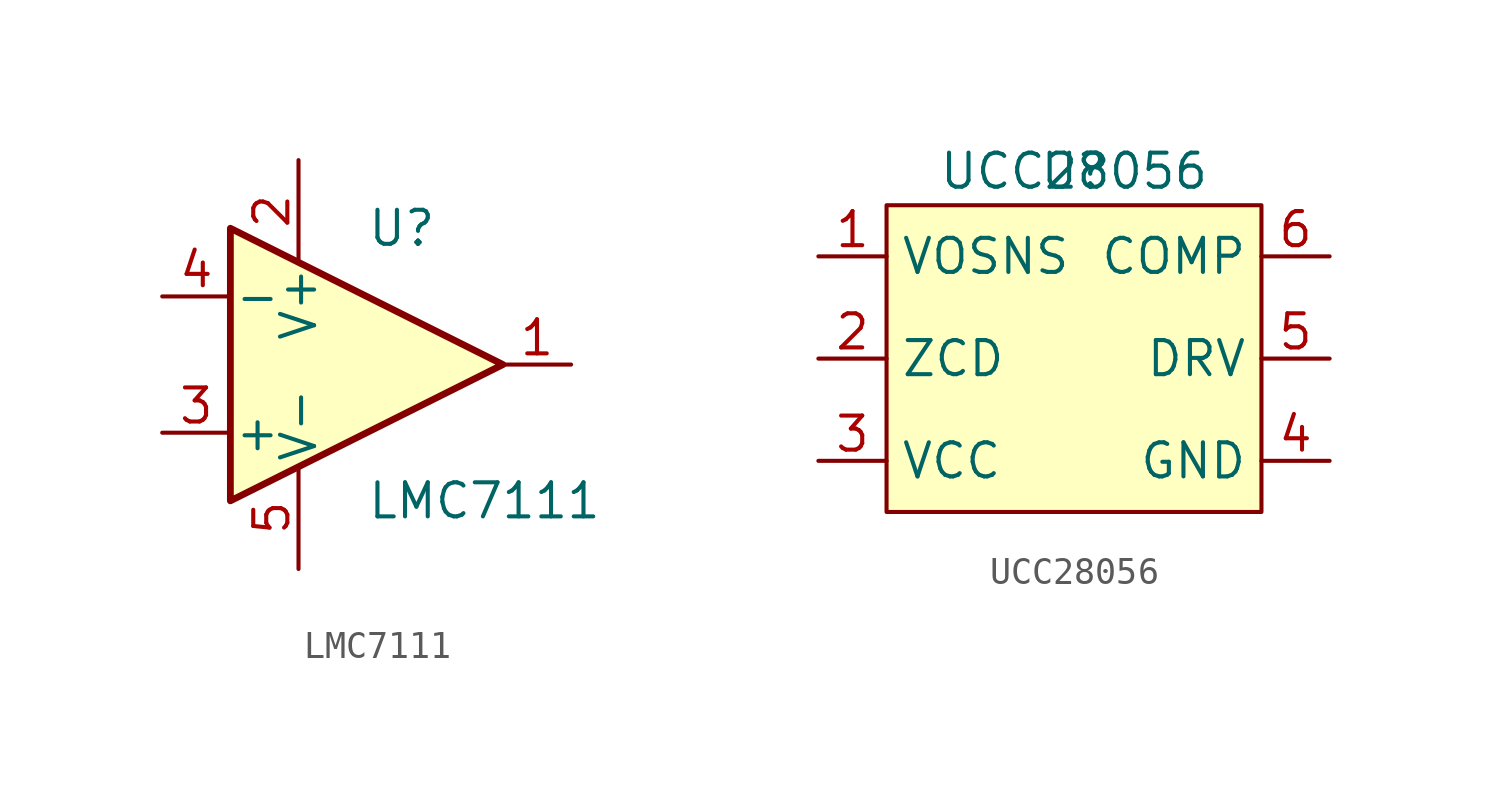
<source format=kicad_sym>
(kicad_symbol_lib
  (version 20220914)
  (generator kicad_symbol_editor)
  (symbol "LMC7111"
    (pin_names
      (offset 0.127))
    (property "Reference" "U"
      (at 0 5.08 0)
      (effects (font (size 1.27 1.27)) (justify left)))
    (property "Value" "LMC7111"
      (at 0 -5.08 0)
      (effects (font (size 1.27 1.27)) (justify left)))
    (symbol "LMC7111_0_1"
      (polyline (pts (xy -5.08 5.08) (xy 5.08 0) (xy -5.08 -5.08) (xy -5.08 5.08)) (stroke (width 0.254) (type default)) (fill (type background))))
    (symbol "LMC7111_1_1"
      (pin output line (at 7.62 0 180) (length 2.54) (name "~" (effects (font (size 1.27 1.27)))) (number "1" (effects (font (size 1.27 1.27)))))
      (pin power_in line (at -2.54 7.62 270) (length 3.81) (name "V+" (effects (font (size 1.27 1.27)))) (number "2" (effects (font (size 1.27 1.27)))))
      (pin input line (at -7.62 -2.54 0) (length 2.54) (name "+" (effects (font (size 1.27 1.27)))) (number "3" (effects (font (size 1.27 1.27)))))
      (pin input line (at -7.62 2.54 0) (length 2.54) (name "-" (effects (font (size 1.27 1.27)))) (number "4" (effects (font (size 1.27 1.27)))))
      (pin power_in line (at -2.54 -7.62 90) (length 3.81) (name "V-" (effects (font (size 1.27 1.27)))) (number "5" (effects (font (size 1.27 1.27)))))))
  (symbol "UCC28056"
    (property "Reference" "U"
      (at 0 0 0)
      (effects (font (size 1.27 1.27))))
    (property "Value" "UCC28056"
      (at 0 0 0)
      (effects (font (size 1.27 1.27))))
    (symbol "UCC28056_1_1"
      (rectangle (start -6.985 -1.27) (end 6.985 -12.7) (stroke (width 0) (type default)) (fill (type background)))
      (pin input line (at -9.525 -3.175 0) (length 2.54) (name "VOSNS" (effects (font (size 1.27 1.27)))) (number "1" (effects (font (size 1.27 1.27)))))
      (pin input line (at -9.525 -6.985 0) (length 2.54) (name "ZCD" (effects (font (size 1.27 1.27)))) (number "2" (effects (font (size 1.27 1.27)))))
      (pin input line (at -9.525 -10.795 0) (length 2.54) (name "VCC" (effects (font (size 1.27 1.27)))) (number "3" (effects (font (size 1.27 1.27)))))
      (pin input line (at 9.525 -10.795 180) (length 2.54) (name "GND" (effects (font (size 1.27 1.27)))) (number "4" (effects (font (size 1.27 1.27)))))
      (pin input line (at 9.525 -6.985 180) (length 2.54) (name "DRV" (effects (font (size 1.27 1.27)))) (number "5" (effects (font (size 1.27 1.27)))))
      (pin input line (at 9.525 -3.175 180) (length 2.54) (name "COMP" (effects (font (size 1.27 1.27)))) (number "6" (effects (font (size 1.27 1.27))))))))
</source>
